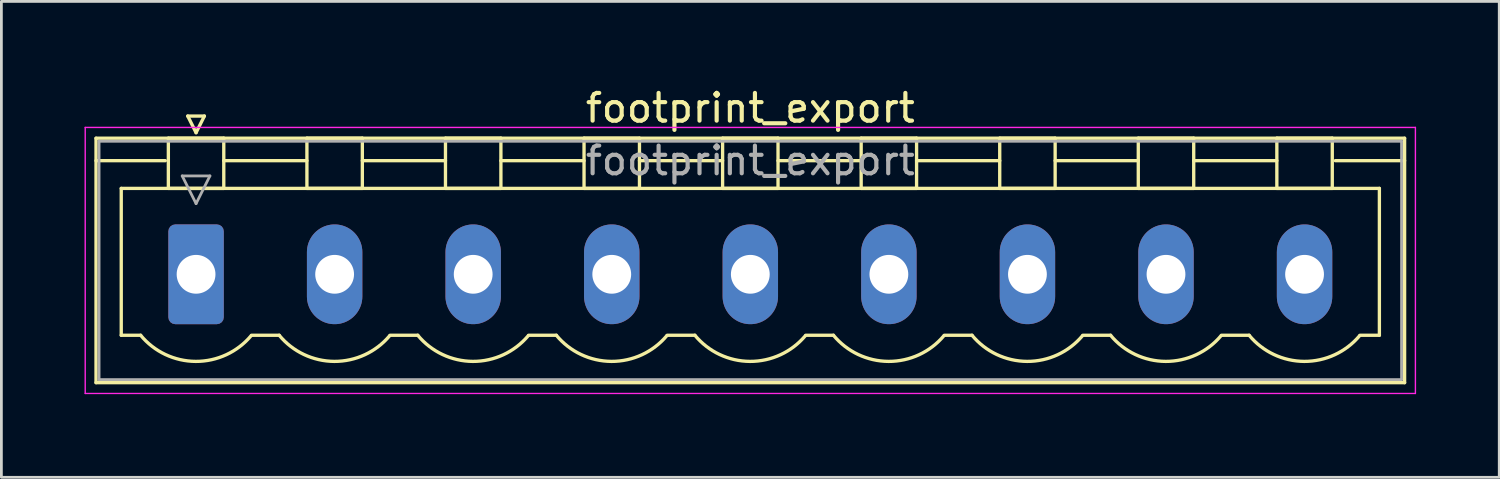
<source format=kicad_pcb>
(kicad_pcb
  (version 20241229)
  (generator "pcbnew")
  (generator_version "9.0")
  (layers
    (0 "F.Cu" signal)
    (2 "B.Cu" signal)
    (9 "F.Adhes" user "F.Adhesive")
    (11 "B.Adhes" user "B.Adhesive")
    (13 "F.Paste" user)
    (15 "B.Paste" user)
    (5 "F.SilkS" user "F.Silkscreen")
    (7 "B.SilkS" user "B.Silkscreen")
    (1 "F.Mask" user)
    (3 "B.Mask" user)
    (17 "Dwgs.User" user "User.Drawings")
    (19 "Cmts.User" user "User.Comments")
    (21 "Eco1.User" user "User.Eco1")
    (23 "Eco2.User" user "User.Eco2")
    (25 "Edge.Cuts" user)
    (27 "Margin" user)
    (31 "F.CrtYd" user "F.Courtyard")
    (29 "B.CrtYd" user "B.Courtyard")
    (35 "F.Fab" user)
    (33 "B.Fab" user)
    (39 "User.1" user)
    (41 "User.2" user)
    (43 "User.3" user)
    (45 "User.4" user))
  (footprint "footprint_export"
    (layer "F.Cu")
    (at 4.025 6.848)
    (property "Reference" "footprint_export" (at 20 -6 0) (layer "F.SilkS") (effects (font (size 1 1) (thickness 0.15))))
    (attr through_hole)
    (fp_line (start -3.61 -4.91) (end -3.61 3.91) (stroke (width 0.12) (type solid)) (layer "F.SilkS"))
    (fp_line (start -3.61 -4.1) (end -1.11 -4.1) (stroke (width 0.12) (type solid)) (layer "F.SilkS"))
    (fp_line (start -3.61 3.91) (end 43.61 3.91) (stroke (width 0.12) (type solid)) (layer "F.SilkS"))
    (fp_line (start -2.7 -3.1) (end 42.7 -3.1) (stroke (width 0.12) (type solid)) (layer "F.SilkS"))
    (fp_line (start -2.7 2.2) (end -2.7 -3.1) (stroke (width 0.12) (type solid)) (layer "F.SilkS"))
    (fp_line (start -2 2.2) (end -2.7 2.2) (stroke (width 0.12) (type solid)) (layer "F.SilkS"))
    (fp_line (start -1 -4.91) (end 1 -4.91) (stroke (width 0.12) (type solid)) (layer "F.SilkS"))
    (fp_line (start -1 -3.1) (end -1 -4.91) (stroke (width 0.12) (type solid)) (layer "F.SilkS"))
    (fp_line (start -0.3 -5.71) (end 0.3 -5.71) (stroke (width 0.12) (type solid)) (layer "F.SilkS"))
    (fp_line (start 0 -5.11) (end -0.3 -5.71) (stroke (width 0.12) (type solid)) (layer "F.SilkS"))
    (fp_line (start 0.3 -5.71) (end 0 -5.11) (stroke (width 0.12) (type solid)) (layer "F.SilkS"))
    (fp_line (start 1 -4.91) (end 1 -3.1) (stroke (width 0.12) (type solid)) (layer "F.SilkS"))
    (fp_line (start 1 -4.1) (end 4 -4.1) (stroke (width 0.12) (type solid)) (layer "F.SilkS"))
    (fp_line (start 1 -3.1) (end -1 -3.1) (stroke (width 0.12) (type solid)) (layer "F.SilkS"))
    (fp_line (start 2 2.2) (end 3 2.2) (stroke (width 0.12) (type solid)) (layer "F.SilkS"))
    (fp_line (start 4 -4.91) (end 6 -4.91) (stroke (width 0.12) (type solid)) (layer "F.SilkS"))
    (fp_line (start 4 -3.1) (end 4 -4.91) (stroke (width 0.12) (type solid)) (layer "F.SilkS"))
    (fp_line (start 6 -4.91) (end 6 -3.1) (stroke (width 0.12) (type solid)) (layer "F.SilkS"))
    (fp_line (start 6 -4.1) (end 9 -4.1) (stroke (width 0.12) (type solid)) (layer "F.SilkS"))
    (fp_line (start 6 -3.1) (end 4 -3.1) (stroke (width 0.12) (type solid)) (layer "F.SilkS"))
    (fp_line (start 7 2.2) (end 8 2.2) (stroke (width 0.12) (type solid)) (layer "F.SilkS"))
    (fp_line (start 9 -4.91) (end 11 -4.91) (stroke (width 0.12) (type solid)) (layer "F.SilkS"))
    (fp_line (start 9 -3.1) (end 9 -4.91) (stroke (width 0.12) (type solid)) (layer "F.SilkS"))
    (fp_line (start 11 -4.91) (end 11 -3.1) (stroke (width 0.12) (type solid)) (layer "F.SilkS"))
    (fp_line (start 11 -4.1) (end 14 -4.1) (stroke (width 0.12) (type solid)) (layer "F.SilkS"))
    (fp_line (start 11 -3.1) (end 9 -3.1) (stroke (width 0.12) (type solid)) (layer "F.SilkS"))
    (fp_line (start 12 2.2) (end 13 2.2) (stroke (width 0.12) (type solid)) (layer "F.SilkS"))
    (fp_line (start 14 -4.91) (end 16 -4.91) (stroke (width 0.12) (type solid)) (layer "F.SilkS"))
    (fp_line (start 14 -3.1) (end 14 -4.91) (stroke (width 0.12) (type solid)) (layer "F.SilkS"))
    (fp_line (start 16 -4.91) (end 16 -3.1) (stroke (width 0.12) (type solid)) (layer "F.SilkS"))
    (fp_line (start 16 -4.1) (end 19 -4.1) (stroke (width 0.12) (type solid)) (layer "F.SilkS"))
    (fp_line (start 16 -3.1) (end 14 -3.1) (stroke (width 0.12) (type solid)) (layer "F.SilkS"))
    (fp_line (start 17 2.2) (end 18 2.2) (stroke (width 0.12) (type solid)) (layer "F.SilkS"))
    (fp_line (start 19 -4.91) (end 21 -4.91) (stroke (width 0.12) (type solid)) (layer "F.SilkS"))
    (fp_line (start 19 -3.1) (end 19 -4.91) (stroke (width 0.12) (type solid)) (layer "F.SilkS"))
    (fp_line (start 21 -4.91) (end 21 -3.1) (stroke (width 0.12) (type solid)) (layer "F.SilkS"))
    (fp_line (start 21 -4.1) (end 24 -4.1) (stroke (width 0.12) (type solid)) (layer "F.SilkS"))
    (fp_line (start 21 -3.1) (end 19 -3.1) (stroke (width 0.12) (type solid)) (layer "F.SilkS"))
    (fp_line (start 22 2.2) (end 23 2.2) (stroke (width 0.12) (type solid)) (layer "F.SilkS"))
    (fp_line (start 24 -4.91) (end 26 -4.91) (stroke (width 0.12) (type solid)) (layer "F.SilkS"))
    (fp_line (start 24 -3.1) (end 24 -4.91) (stroke (width 0.12) (type solid)) (layer "F.SilkS"))
    (fp_line (start 26 -4.91) (end 26 -3.1) (stroke (width 0.12) (type solid)) (layer "F.SilkS"))
    (fp_line (start 26 -4.1) (end 29 -4.1) (stroke (width 0.12) (type solid)) (layer "F.SilkS"))
    (fp_line (start 26 -3.1) (end 24 -3.1) (stroke (width 0.12) (type solid)) (layer "F.SilkS"))
    (fp_line (start 27 2.2) (end 28 2.2) (stroke (width 0.12) (type solid)) (layer "F.SilkS"))
    (fp_line (start 29 -4.91) (end 31 -4.91) (stroke (width 0.12) (type solid)) (layer "F.SilkS"))
    (fp_line (start 29 -3.1) (end 29 -4.91) (stroke (width 0.12) (type solid)) (layer "F.SilkS"))
    (fp_line (start 31 -4.91) (end 31 -3.1) (stroke (width 0.12) (type solid)) (layer "F.SilkS"))
    (fp_line (start 31 -4.1) (end 34 -4.1) (stroke (width 0.12) (type solid)) (layer "F.SilkS"))
    (fp_line (start 31 -3.1) (end 29 -3.1) (stroke (width 0.12) (type solid)) (layer "F.SilkS"))
    (fp_line (start 32 2.2) (end 33 2.2) (stroke (width 0.12) (type solid)) (layer "F.SilkS"))
    (fp_line (start 34 -4.91) (end 36 -4.91) (stroke (width 0.12) (type solid)) (layer "F.SilkS"))
    (fp_line (start 34 -3.1) (end 34 -4.91) (stroke (width 0.12) (type solid)) (layer "F.SilkS"))
    (fp_line (start 36 -4.91) (end 36 -3.1) (stroke (width 0.12) (type solid)) (layer "F.SilkS"))
    (fp_line (start 36 -4.1) (end 39 -4.1) (stroke (width 0.12) (type solid)) (layer "F.SilkS"))
    (fp_line (start 36 -3.1) (end 34 -3.1) (stroke (width 0.12) (type solid)) (layer "F.SilkS"))
    (fp_line (start 37 2.2) (end 38 2.2) (stroke (width 0.12) (type solid)) (layer "F.SilkS"))
    (fp_line (start 39 -4.91) (end 41 -4.91) (stroke (width 0.12) (type solid)) (layer "F.SilkS"))
    (fp_line (start 39 -3.1) (end 39 -4.91) (stroke (width 0.12) (type solid)) (layer "F.SilkS"))
    (fp_line (start 41 -4.91) (end 41 -3.1) (stroke (width 0.12) (type solid)) (layer "F.SilkS"))
    (fp_line (start 41 -3.1) (end 39 -3.1) (stroke (width 0.12) (type solid)) (layer "F.SilkS"))
    (fp_line (start 42.7 -3.1) (end 42.7 2.2) (stroke (width 0.12) (type solid)) (layer "F.SilkS"))
    (fp_line (start 42.7 2.2) (end 42 2.2) (stroke (width 0.12) (type solid)) (layer "F.SilkS"))
    (fp_line (start 43.61 -4.91) (end -3.61 -4.91) (stroke (width 0.12) (type solid)) (layer "F.SilkS"))
    (fp_line (start 43.61 -4.1) (end 41.11 -4.1) (stroke (width 0.12) (type solid)) (layer "F.SilkS"))
    (fp_line (start 43.61 3.91) (end 43.61 -4.91) (stroke (width 0.12) (type solid)) (layer "F.SilkS"))
    (fp_arc (start 1.986842 2.215821) (mid -0.010289 3.142758) (end -2 2.2) (stroke (width 0.12) (type solid)) (layer "F.SilkS"))
    (fp_arc (start 6.986842 2.215821) (mid 4.989711 3.142758) (end 3 2.2) (stroke (width 0.12) (type solid)) (layer "F.SilkS"))
    (fp_arc (start 11.986842 2.215821) (mid 9.989711 3.142758) (end 8 2.2) (stroke (width 0.12) (type solid)) (layer "F.SilkS"))
    (fp_arc (start 16.986842 2.215821) (mid 14.989711 3.142758) (end 13 2.2) (stroke (width 0.12) (type solid)) (layer "F.SilkS"))
    (fp_arc (start 21.986842 2.215821) (mid 19.989711 3.142758) (end 18 2.2) (stroke (width 0.12) (type solid)) (layer "F.SilkS"))
    (fp_arc (start 26.986842 2.215821) (mid 24.989711 3.142758) (end 23 2.2) (stroke (width 0.12) (type solid)) (layer "F.SilkS"))
    (fp_arc (start 31.986842 2.215821) (mid 29.989711 3.142758) (end 28 2.2) (stroke (width 0.12) (type solid)) (layer "F.SilkS"))
    (fp_arc (start 36.986842 2.215821) (mid 34.989711 3.142758) (end 33 2.2) (stroke (width 0.12) (type solid)) (layer "F.SilkS"))
    (fp_arc (start 41.986842 2.215821) (mid 39.989711 3.142758) (end 38 2.2) (stroke (width 0.12) (type solid)) (layer "F.SilkS"))
    (fp_line (start -4 -5.3) (end -4 4.3) (stroke (width 0.05) (type solid)) (layer "F.CrtYd"))
    (fp_line (start -4 4.3) (end 44 4.3) (stroke (width 0.05) (type solid)) (layer "F.CrtYd"))
    (fp_line (start 44 -5.3) (end -4 -5.3) (stroke (width 0.05) (type solid)) (layer "F.CrtYd"))
    (fp_line (start 44 4.3) (end 44 -5.3) (stroke (width 0.05) (type solid)) (layer "F.CrtYd"))
    (fp_line (start -3.5 -4.8) (end -3.5 3.8) (stroke (width 0.1) (type solid)) (layer "F.Fab"))
    (fp_line (start -3.5 3.8) (end 43.5 3.8) (stroke (width 0.1) (type solid)) (layer "F.Fab"))
    (fp_line (start -0.5 -3.55) (end 0.5 -3.55) (stroke (width 0.1) (type solid)) (layer "F.Fab"))
    (fp_line (start 0 -2.55) (end -0.5 -3.55) (stroke (width 0.1) (type solid)) (layer "F.Fab"))
    (fp_line (start 0.5 -3.55) (end 0 -2.55) (stroke (width 0.1) (type solid)) (layer "F.Fab"))
    (fp_line (start 43.5 -4.8) (end -3.5 -4.8) (stroke (width 0.1) (type solid)) (layer "F.Fab"))
    (fp_line (start 43.5 3.8) (end 43.5 -4.8) (stroke (width 0.1) (type solid)) (layer "F.Fab"))
    (fp_text user "${REFERENCE}" (at 20 -4.1 0) (layer "F.Fab") (effects (font (size 1 1) (thickness 0.15))))
    (pad "1" thru_hole roundrect (at 0 0) (size 2 3.6) (drill 1.4) (layers "*.Cu" "*.Mask") (roundrect_rratio 0.125))
    (pad "2" thru_hole oval (at 5 0) (size 2 3.6) (drill 1.4) (layers "*.Cu" "*.Mask"))
    (pad "3" thru_hole oval (at 10 0) (size 2 3.6) (drill 1.4) (layers "*.Cu" "*.Mask"))
    (pad "4" thru_hole oval (at 15 0) (size 2 3.6) (drill 1.4) (layers "*.Cu" "*.Mask"))
    (pad "5" thru_hole oval (at 20 0) (size 2 3.6) (drill 1.4) (layers "*.Cu" "*.Mask"))
    (pad "6" thru_hole oval (at 25 0) (size 2 3.6) (drill 1.4) (layers "*.Cu" "*.Mask"))
    (pad "7" thru_hole oval (at 30 0) (size 2 3.6) (drill 1.4) (layers "*.Cu" "*.Mask"))
    (pad "8" thru_hole oval (at 35 0) (size 2 3.6) (drill 1.4) (layers "*.Cu" "*.Mask"))
    (pad "9" thru_hole oval (at 40 0) (size 2 3.6) (drill 1.4) (layers "*.Cu" "*.Mask")))
  (gr_rect
    (start -3 -3)
    (end 51.05 14.173)
    (stroke (width 0.1) (type default))
    (fill no)
    (layer "Edge.Cuts")))
</source>
